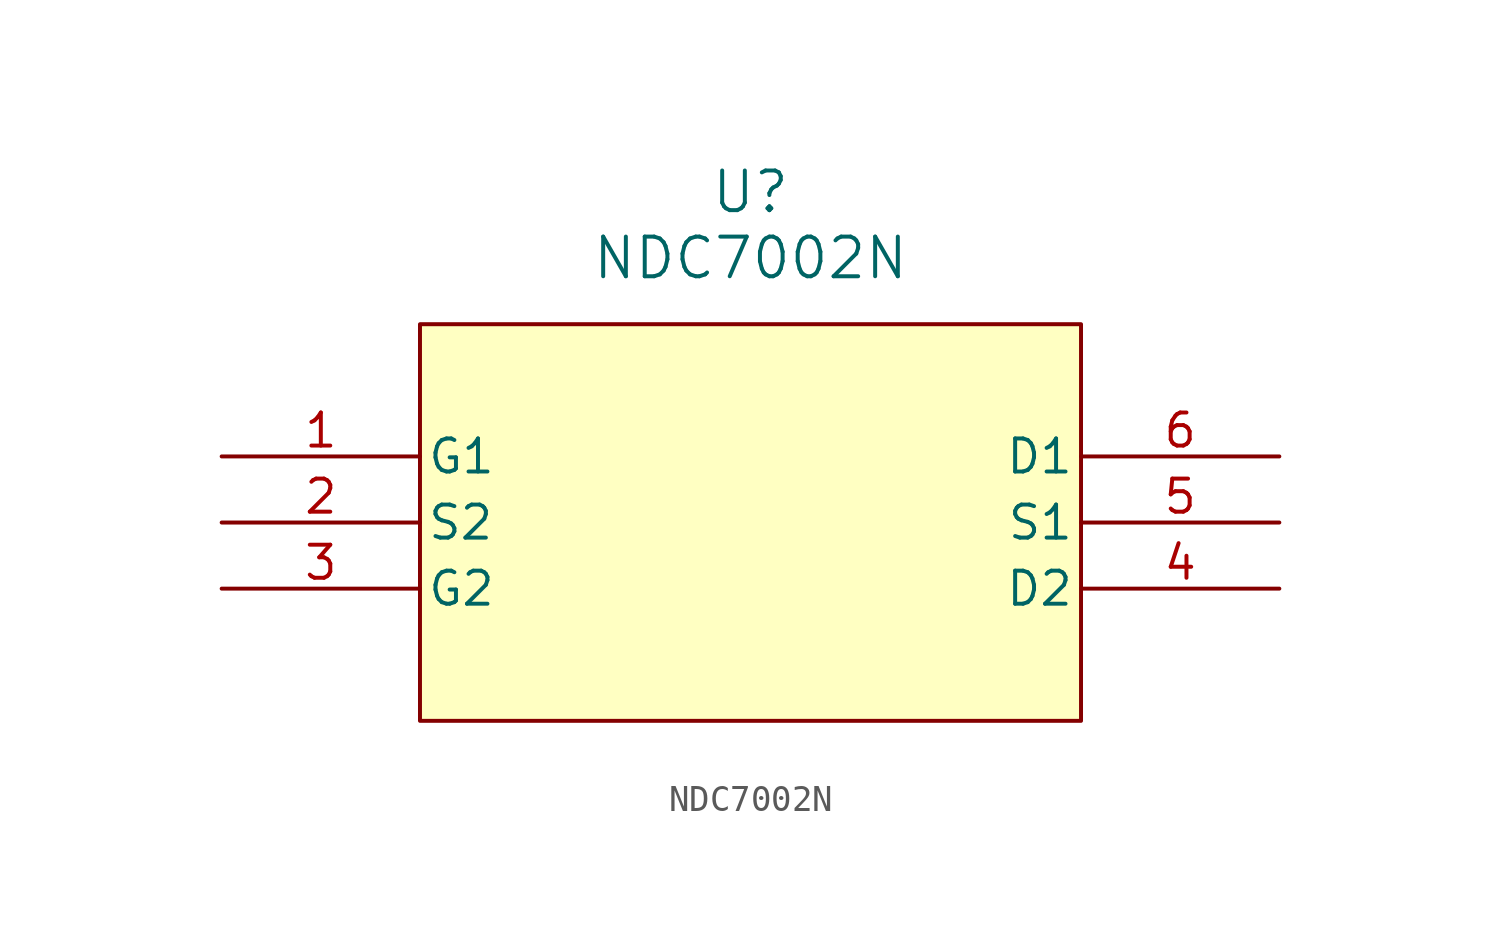
<source format=kicad_sym>
(kicad_symbol_lib
  (version 20241209)
  (generator "kicad_symbol_editor")
  (generator_version "9.0")
  (symbol "NDC7002N"
    (pin_names
      (offset 0.254))
    (property "Reference" "U"
      (at 20.32 10.16 0)
      (effects (font (size 1.524 1.524))))
    (property "Value" "NDC7002N"
      (at 20.32 7.62 0)
      (effects (font (size 1.524 1.524))))
    (property "ki_locked" ""
      (at 0 0 0)
      (effects (font (size 1.27 1.27))))
    (symbol "NDC7002N_0_1"
      (pin power_out line (at 0 0 0) (length 7.62) (name "G1" (effects (font (size 1.27 1.27)))) (number "1" (effects (font (size 1.27 1.27)))))
      (pin unspecified line (at 0 -2.54 0) (length 7.62) (name "S2" (effects (font (size 1.27 1.27)))) (number "2" (effects (font (size 1.27 1.27)))))
      (pin power_out line (at 0 -5.08 0) (length 7.62) (name "G2" (effects (font (size 1.27 1.27)))) (number "3" (effects (font (size 1.27 1.27)))))
      (pin output line (at 40.64 0 180) (length 7.62) (name "D1" (effects (font (size 1.27 1.27)))) (number "6" (effects (font (size 1.27 1.27)))))
      (pin unspecified line (at 40.64 -2.54 180) (length 7.62) (name "S1" (effects (font (size 1.27 1.27)))) (number "5" (effects (font (size 1.27 1.27)))))
      (pin output line (at 40.64 -5.08 180) (length 7.62) (name "D2" (effects (font (size 1.27 1.27)))) (number "4" (effects (font (size 1.27 1.27))))))
    (symbol "NDC7002N_1_1"
      (rectangle (start 7.62 5.08) (end 33.02 -10.16) (stroke (width 0) (type default)) (fill (type background))))))
</source>
